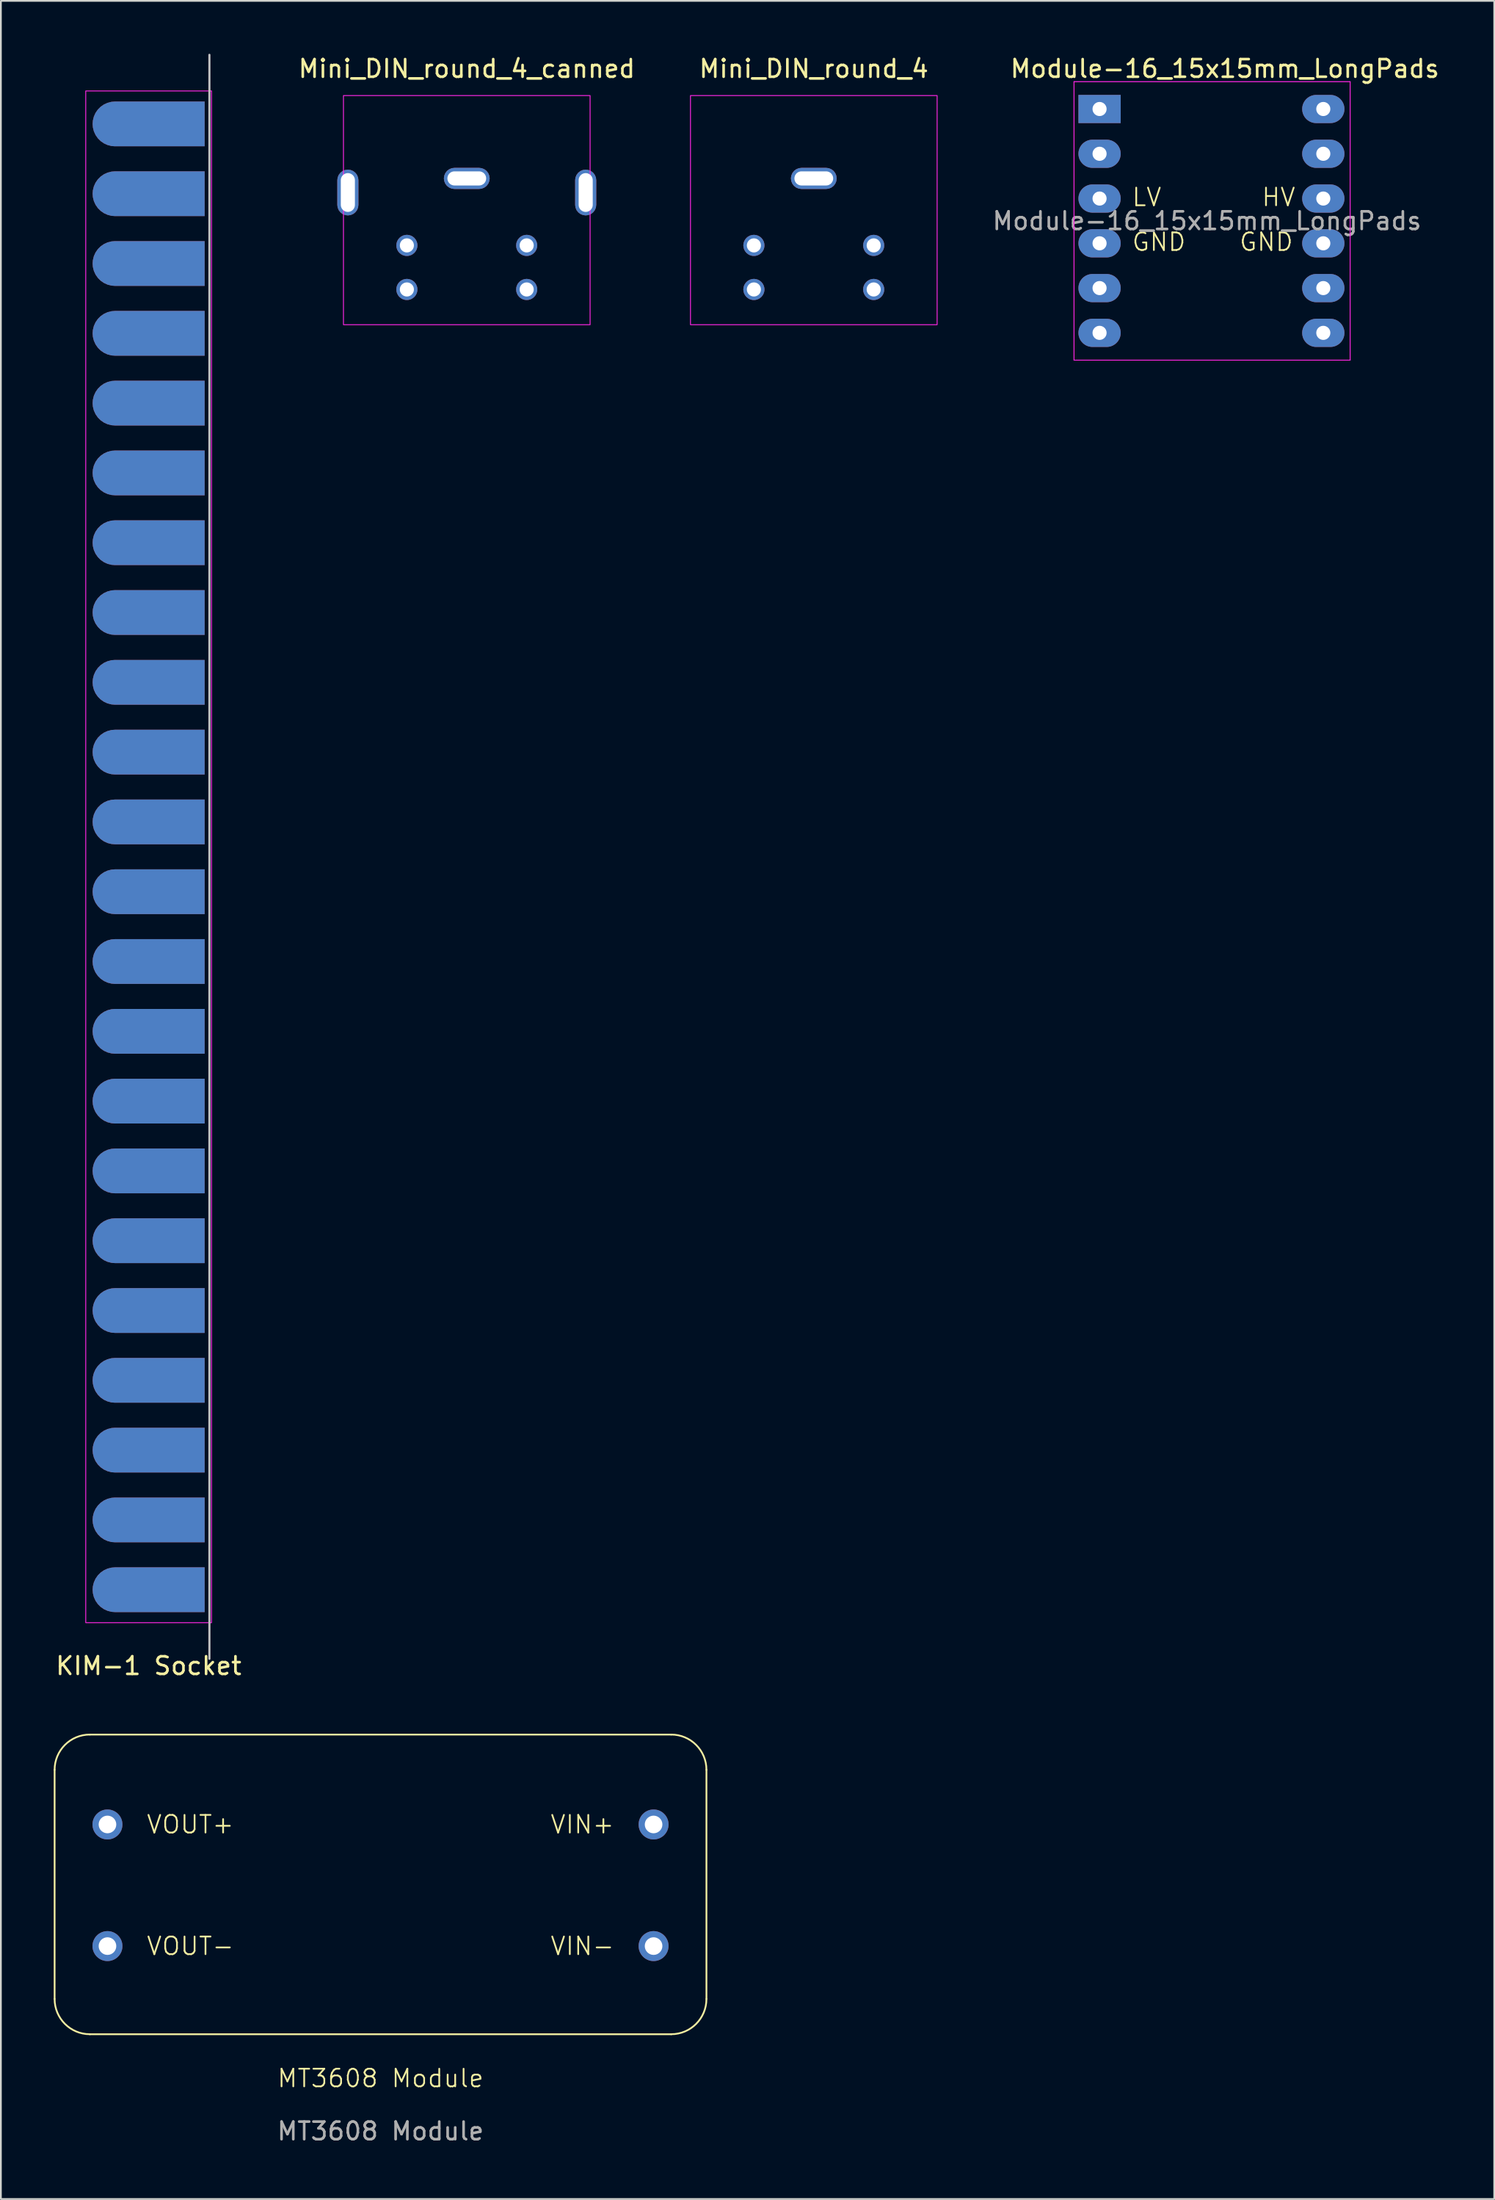
<source format=kicad_pcb>
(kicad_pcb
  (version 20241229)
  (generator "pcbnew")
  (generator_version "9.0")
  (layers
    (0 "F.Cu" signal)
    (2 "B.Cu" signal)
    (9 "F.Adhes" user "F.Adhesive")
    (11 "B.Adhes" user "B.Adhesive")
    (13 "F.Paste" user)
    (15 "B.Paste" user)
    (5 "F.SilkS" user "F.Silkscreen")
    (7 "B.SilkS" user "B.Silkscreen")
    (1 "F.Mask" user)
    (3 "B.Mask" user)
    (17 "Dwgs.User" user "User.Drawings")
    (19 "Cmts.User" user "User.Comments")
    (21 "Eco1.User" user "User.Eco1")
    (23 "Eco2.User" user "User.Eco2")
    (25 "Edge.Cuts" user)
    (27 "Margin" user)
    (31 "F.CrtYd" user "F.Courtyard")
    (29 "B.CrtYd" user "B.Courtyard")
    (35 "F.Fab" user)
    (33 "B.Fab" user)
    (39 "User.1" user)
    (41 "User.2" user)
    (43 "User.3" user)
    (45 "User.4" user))
  (footprint "Module-16_15x15mm_LongPads"
    (layer "F.Cu")
    (at 59.365 3.134)
    (property "Reference" "Module-16_15x15mm_LongPads" (at 7.112 -2.286 0) (layer "F.SilkS") (effects (font (size 1 1) (thickness 0.15))))
    (attr through_hole)
    (fp_line (start -1.45 -1.55) (end -1.45 14.25) (stroke (width 0.05) (type solid)) (layer "F.CrtYd"))
    (fp_line (start -1.45 14.25) (end 14.224 14.25) (stroke (width 0.05) (type solid)) (layer "F.CrtYd"))
    (fp_line (start 14.224 -1.55) (end -1.45 -1.55) (stroke (width 0.05) (type solid)) (layer "F.CrtYd"))
    (fp_line (start 14.224 14.25) (end 14.224 -1.55) (stroke (width 0.05) (type solid)) (layer "F.CrtYd"))
    (fp_text user "LV" (at 1.778 5.588 0) (unlocked yes) (layer "F.SilkS") (effects (font (size 1 1) (thickness 0.1)) (justify left bottom)))
    (fp_text user "GND" (at 7.874 8.128 0) (unlocked yes) (layer "F.SilkS") (effects (font (size 1 1) (thickness 0.1)) (justify left bottom)))
    (fp_text user "GND" (at 1.778 8.128 0) (unlocked yes) (layer "F.SilkS") (effects (font (size 1 1) (thickness 0.1)) (justify left bottom)))
    (fp_text user "HV" (at 9.144 5.588 0) (unlocked yes) (layer "F.SilkS") (effects (font (size 1 1) (thickness 0.1)) (justify left bottom)))
    (fp_text user "${REFERENCE}" (at 6.096 6.35 0) (layer "F.Fab") (effects (font (size 1 1) (thickness 0.15))))
    (pad "1" thru_hole rect (at 0 0) (size 2.4 1.6) (drill 0.8) (layers "*.Cu" "*.Mask"))
    (pad "2" thru_hole oval (at 0 2.54) (size 2.4 1.6) (drill 0.8) (layers "*.Cu" "*.Mask"))
    (pad "3" thru_hole oval (at 0 5.08) (size 2.4 1.6) (drill 0.8) (layers "*.Cu" "*.Mask"))
    (pad "4" thru_hole oval (at 0 7.62) (size 2.4 1.6) (drill 0.8) (layers "*.Cu" "*.Mask"))
    (pad "5" thru_hole oval (at 0 10.16) (size 2.4 1.6) (drill 0.8) (layers "*.Cu" "*.Mask"))
    (pad "6" thru_hole oval (at 0 12.7) (size 2.4 1.6) (drill 0.8) (layers "*.Cu" "*.Mask"))
    (pad "7" thru_hole oval (at 12.7 12.7) (size 2.4 1.6) (drill 0.8) (layers "*.Cu" "*.Mask"))
    (pad "8" thru_hole oval (at 12.7 10.16) (size 2.4 1.6) (drill 0.8) (layers "*.Cu" "*.Mask"))
    (pad "9" thru_hole oval (at 12.7 7.62) (size 2.4 1.6) (drill 0.8) (layers "*.Cu" "*.Mask"))
    (pad "10" thru_hole oval (at 12.7 5.08) (size 2.4 1.6) (drill 0.8) (layers "*.Cu" "*.Mask"))
    (pad "11" thru_hole oval (at 12.7 2.54) (size 2.4 1.6) (drill 0.8) (layers "*.Cu" "*.Mask"))
    (pad "12" thru_hole oval (at 12.7 0) (size 2.4 1.6) (drill 0.8) (layers "*.Cu" "*.Mask")))
  (footprint "MT3608 Module"
    (layer "F.Cu")
    (at 18.55 115.358)
    (property "Reference" "MT3608 Module" (at 0 -0.5 0) (unlocked yes) (layer "F.SilkS") (effects (font (size 1 1) (thickness 0.1))))
    (attr through_hole)
    (fp_line (start -18.5 -5) (end -18.5 -18) (stroke (width 0.1) (type default)) (layer "F.SilkS"))
    (fp_line (start -16.5 -20) (end 16.5 -20) (stroke (width 0.1) (type default)) (layer "F.SilkS"))
    (fp_line (start 16.5 -3) (end -16.5 -3) (stroke (width 0.1) (type default)) (layer "F.SilkS"))
    (fp_line (start 18.5 -18) (end 18.5 -5) (stroke (width 0.1) (type default)) (layer "F.SilkS"))
    (fp_arc (start -18.5 -18) (mid -17.914214 -19.414214) (end -16.5 -20) (stroke (width 0.1) (type solid)) (layer "F.SilkS"))
    (fp_arc (start -16.5 -3) (mid -17.914214 -3.585786) (end -18.5 -5) (stroke (width 0.1) (type solid)) (layer "F.SilkS"))
    (fp_arc (start 16.5 -20) (mid 17.914214 -19.414214) (end 18.5 -18) (stroke (width 0.1) (type solid)) (layer "F.SilkS"))
    (fp_arc (start 18.5 -5) (mid 17.914214 -3.585786) (end 16.5 -3) (stroke (width 0.1) (type solid)) (layer "F.SilkS"))
    (fp_text user "VOUT-" (at -13.335 -8 0) (unlocked yes) (layer "F.SilkS") (effects (font (size 1 1) (thickness 0.1)) (justify left)))
    (fp_text user "VIN+" (at 13.335 -14.9 0) (unlocked yes) (layer "F.SilkS") (effects (font (size 1 1) (thickness 0.1)) (justify right)))
    (fp_text user "VIN-" (at 13.335 -8 0) (unlocked yes) (layer "F.SilkS") (effects (font (size 1 1) (thickness 0.1)) (justify right)))
    (fp_text user "VOUT+" (at -13.335 -14.9 0) (unlocked yes) (layer "F.SilkS") (effects (font (size 1 1) (thickness 0.1)) (justify left)))
    (fp_text user "${REFERENCE}" (at 0 2.5 0) (unlocked yes) (layer "F.Fab") (effects (font (size 1 1) (thickness 0.15))))
    (pad "1" thru_hole circle (at -15.5 -14.9) (size 1.7 1.7) (drill 1) (layers "*.Cu" "*.Mask"))
    (pad "2" thru_hole circle (at -15.5 -8) (size 1.7 1.7) (drill 1) (layers "*.Cu" "*.Mask"))
    (pad "3" thru_hole circle (at 15.5 -8) (size 1.7 1.7) (drill 1) (layers "*.Cu" "*.Mask"))
    (pad "4" thru_hole circle (at 15.5 -14.9) (size 1.7 1.7) (drill 1) (layers "*.Cu" "*.Mask")))
  (footprint "Mini_DIN_round_4_canned"
    (layer "F.Cu")
    (at 23.446 2.372)
    (property "Reference" "Mini_DIN_round_4_canned" (at 0 -1.524 0) (unlocked yes) (layer "F.SilkS") (effects (font (size 1 1) (thickness 0.15))))
    (attr through_hole)
    (fp_rect (start -7 0) (end 7 13) (stroke (width 0.05) (type default)) (fill no) (layer "F.CrtYd"))
    (pad "1" thru_hole circle (at -3.4 8.5 90) (size 1.2 1.2) (drill 0.8) (layers "*.Cu" "*.Mask"))
    (pad "2" thru_hole circle (at 3.4 8.5 90) (size 1.2 1.2) (drill 0.8) (layers "*.Cu" "*.Mask"))
    (pad "3" thru_hole circle (at -3.4 11 90) (size 1.2 1.2) (drill 0.8) (layers "*.Cu" "*.Mask"))
    (pad "4" thru_hole circle (at 3.4 11 90) (size 1.2 1.2) (drill 0.8) (layers "*.Cu" "*.Mask"))
    (pad "SH" thru_hole roundrect (at -6.75 5.5 90) (size 2.6 1.2) (drill oval 2.2 0.8) (layers "*.Cu" "*.Mask") (roundrect_rratio 0.5))
    (pad "SH" thru_hole roundrect (at 0 4.7) (size 2.6 1.2) (drill oval 2.2 0.8) (layers "*.Cu" "*.Mask") (roundrect_rratio 0.5))
    (pad "SH" thru_hole roundrect (at 6.75 5.5 90) (size 2.6 1.2) (drill oval 2.2 0.8) (layers "*.Cu" "*.Mask") (roundrect_rratio 0.5)))
  (footprint "Mini_DIN_round_4"
    (layer "F.Cu")
    (at 43.144 2.372)
    (property "Reference" "Mini_DIN_round_4" (at 0 -1.524 0) (unlocked yes) (layer "F.SilkS") (effects (font (size 1 1) (thickness 0.15))))
    (attr through_hole)
    (fp_rect (start -7 0) (end 7 13) (stroke (width 0.05) (type default)) (fill no) (layer "F.CrtYd"))
    (pad "1" thru_hole circle (at -3.4 8.5 90) (size 1.2 1.2) (drill 0.8) (layers "*.Cu" "*.Mask"))
    (pad "2" thru_hole circle (at 3.4 8.5 90) (size 1.2 1.2) (drill 0.8) (layers "*.Cu" "*.Mask"))
    (pad "3" thru_hole circle (at -3.4 11 90) (size 1.2 1.2) (drill 0.8) (layers "*.Cu" "*.Mask"))
    (pad "4" thru_hole circle (at 3.4 11 90) (size 1.2 1.2) (drill 0.8) (layers "*.Cu" "*.Mask"))
    (pad "SH" thru_hole roundrect (at 0 4.7) (size 2.6 1.2) (drill oval 2.2 0.8) (layers "*.Cu" "*.Mask") (roundrect_rratio 0.5)))
  (footprint "KIM-1 Socket"
    (layer "F.Cu")
    (at 5.387 45.56)
    (property "Reference" "KIM-1 Socket" (at 0 45.9 0) (layer "F.SilkS") (effects (font (size 1 1) (thickness 0.15))))
    (attr smd)
    (fp_line (start 3.45 -45.5) (end 3.45 45.5) (stroke (width 0.12) (type solid)) (layer "Dwgs.User"))
    (fp_rect (start 3.57 -43.45) (end -3.57 43.45) (stroke (width 0.05) (type default)) (fill no) (layer "F.CrtYd"))
    (pad "1" connect roundrect (at 0 -41.58 270) (size 2.54 6.36) (layers "F.Cu" "F.Mask") (roundrect_rratio 0.5) (chamfer_ratio 0) (chamfer top_left top_right))
    (pad "2" connect roundrect (at 0 -37.62 270) (size 2.54 6.36) (layers "F.Cu" "F.Mask") (roundrect_rratio 0.5) (chamfer_ratio 0) (chamfer top_left top_right))
    (pad "3" connect roundrect (at 0 -33.66 270) (size 2.54 6.36) (layers "F.Cu" "F.Mask") (roundrect_rratio 0.5) (chamfer_ratio 0) (chamfer top_left top_right))
    (pad "4" connect roundrect (at 0 -29.7 270) (size 2.54 6.36) (layers "F.Cu" "F.Mask") (roundrect_rratio 0.5) (chamfer_ratio 0) (chamfer top_left top_right))
    (pad "5" connect roundrect (at 0 -25.74 270) (size 2.54 6.36) (layers "F.Cu" "F.Mask") (roundrect_rratio 0.5) (chamfer_ratio 0) (chamfer top_left top_right))
    (pad "6" connect roundrect (at 0 -21.78 270) (size 2.54 6.36) (layers "F.Cu" "F.Mask") (roundrect_rratio 0.5) (chamfer_ratio 0) (chamfer top_left top_right))
    (pad "7" connect roundrect (at 0 -17.82 270) (size 2.54 6.36) (layers "F.Cu" "F.Mask") (roundrect_rratio 0.5) (chamfer_ratio 0) (chamfer top_left top_right))
    (pad "8" connect roundrect (at 0 -13.86 270) (size 2.54 6.36) (layers "F.Cu" "F.Mask") (roundrect_rratio 0.5) (chamfer_ratio 0) (chamfer top_left top_right))
    (pad "9" connect roundrect (at 0 -9.9 270) (size 2.54 6.36) (layers "F.Cu" "F.Mask") (roundrect_rratio 0.5) (chamfer_ratio 0) (chamfer top_left top_right))
    (pad "10" connect roundrect (at 0 -5.94 270) (size 2.54 6.36) (layers "F.Cu" "F.Mask") (roundrect_rratio 0.5) (chamfer_ratio 0) (chamfer top_left top_right))
    (pad "11" connect roundrect (at 0 -1.98 270) (size 2.54 6.36) (layers "F.Cu" "F.Mask") (roundrect_rratio 0.5) (chamfer_ratio 0) (chamfer top_left top_right))
    (pad "12" connect roundrect (at 0 1.98 270) (size 2.54 6.36) (layers "F.Cu" "F.Mask") (roundrect_rratio 0.5) (chamfer_ratio 0) (chamfer top_left top_right))
    (pad "13" connect roundrect (at 0 5.94 270) (size 2.54 6.36) (layers "F.Cu" "F.Mask") (roundrect_rratio 0.5) (chamfer_ratio 0) (chamfer top_left top_right))
    (pad "14" connect roundrect (at 0 9.9 270) (size 2.54 6.36) (layers "F.Cu" "F.Mask") (roundrect_rratio 0.5) (chamfer_ratio 0) (chamfer top_left top_right))
    (pad "15" connect roundrect (at 0 13.86 270) (size 2.54 6.36) (layers "F.Cu" "F.Mask") (roundrect_rratio 0.5) (chamfer_ratio 0) (chamfer top_left top_right))
    (pad "16" connect roundrect (at 0 17.82 270) (size 2.54 6.36) (layers "F.Cu" "F.Mask") (roundrect_rratio 0.5) (chamfer_ratio 0) (chamfer top_left top_right))
    (pad "17" connect roundrect (at 0 21.78 270) (size 2.54 6.36) (layers "F.Cu" "F.Mask") (roundrect_rratio 0.5) (chamfer_ratio 0) (chamfer top_left top_right))
    (pad "18" connect roundrect (at 0 25.74 270) (size 2.54 6.36) (layers "F.Cu" "F.Mask") (roundrect_rratio 0.5) (chamfer_ratio 0) (chamfer top_left top_right))
    (pad "19" connect roundrect (at 0 29.7 270) (size 2.54 6.36) (layers "F.Cu" "F.Mask") (roundrect_rratio 0.5) (chamfer_ratio 0) (chamfer top_left top_right))
    (pad "20" connect roundrect (at 0 33.66 270) (size 2.54 6.36) (layers "F.Cu" "F.Mask") (roundrect_rratio 0.5) (chamfer_ratio 0) (chamfer top_left top_right))
    (pad "21" connect roundrect (at 0 37.62 270) (size 2.54 6.36) (layers "F.Cu" "F.Mask") (roundrect_rratio 0.5) (chamfer_ratio 0) (chamfer top_left top_right))
    (pad "22" connect roundrect (at 0 41.58 270) (size 2.54 6.36) (layers "F.Cu" "F.Mask") (roundrect_rratio 0.5) (chamfer_ratio 0) (chamfer top_left top_right))
    (pad "A" connect roundrect (at 0 -41.58 270) (size 2.54 6.36) (layers "B.Cu" "B.Mask") (roundrect_rratio 0.5) (chamfer_ratio 0) (chamfer top_left top_right))
    (pad "B" connect roundrect (at 0 -37.62 270) (size 2.54 6.36) (layers "B.Cu" "B.Mask") (roundrect_rratio 0.5) (chamfer_ratio 0) (chamfer top_left top_right))
    (pad "C" connect roundrect (at 0 -33.66 270) (size 2.54 6.36) (layers "B.Cu" "B.Mask") (roundrect_rratio 0.5) (chamfer_ratio 0) (chamfer top_left top_right))
    (pad "D" connect roundrect (at 0 -29.7 270) (size 2.54 6.36) (layers "B.Cu" "B.Mask") (roundrect_rratio 0.5) (chamfer_ratio 0) (chamfer top_left top_right))
    (pad "E" connect roundrect (at 0 -25.74 270) (size 2.54 6.36) (layers "B.Cu" "B.Mask") (roundrect_rratio 0.5) (chamfer_ratio 0) (chamfer top_left top_right))
    (pad "F" connect roundrect (at 0 -21.78 270) (size 2.54 6.36) (layers "B.Cu" "B.Mask") (roundrect_rratio 0.5) (chamfer_ratio 0) (chamfer top_left top_right))
    (pad "H" connect roundrect (at 0 -17.82 270) (size 2.54 6.36) (layers "B.Cu" "B.Mask") (roundrect_rratio 0.5) (chamfer_ratio 0) (chamfer top_left top_right))
    (pad "J" connect roundrect (at 0 -13.86 270) (size 2.54 6.36) (layers "B.Cu" "B.Mask") (roundrect_rratio 0.5) (chamfer_ratio 0) (chamfer top_left top_right))
    (pad "K" connect roundrect (at 0 -9.9 270) (size 2.54 6.36) (layers "B.Cu" "B.Mask") (roundrect_rratio 0.5) (chamfer_ratio 0) (chamfer top_left top_right))
    (pad "L" connect roundrect (at 0 -5.94 270) (size 2.54 6.36) (layers "B.Cu" "B.Mask") (roundrect_rratio 0.5) (chamfer_ratio 0) (chamfer top_left top_right))
    (pad "M" connect roundrect (at 0 -1.98 270) (size 2.54 6.36) (layers "B.Cu" "B.Mask") (roundrect_rratio 0.5) (chamfer_ratio 0) (chamfer top_left top_right))
    (pad "N" connect roundrect (at 0 1.98 270) (size 2.54 6.36) (layers "B.Cu" "B.Mask") (roundrect_rratio 0.5) (chamfer_ratio 0) (chamfer top_left top_right))
    (pad "P" connect roundrect (at 0 5.94 270) (size 2.54 6.36) (layers "B.Cu" "B.Mask") (roundrect_rratio 0.5) (chamfer_ratio 0) (chamfer top_left top_right))
    (pad "R" connect roundrect (at 0 9.9 270) (size 2.54 6.36) (layers "B.Cu" "B.Mask") (roundrect_rratio 0.5) (chamfer_ratio 0) (chamfer top_left top_right))
    (pad "S" connect roundrect (at 0 13.86 270) (size 2.54 6.36) (layers "B.Cu" "B.Mask") (roundrect_rratio 0.5) (chamfer_ratio 0) (chamfer top_left top_right))
    (pad "T" connect roundrect (at 0 17.82 270) (size 2.54 6.36) (layers "B.Cu" "B.Mask") (roundrect_rratio 0.5) (chamfer_ratio 0) (chamfer top_left top_right))
    (pad "U" connect roundrect (at 0 21.78 270) (size 2.54 6.36) (layers "B.Cu" "B.Mask") (roundrect_rratio 0.5) (chamfer_ratio 0) (chamfer top_left top_right))
    (pad "V" connect roundrect (at 0 25.74 270) (size 2.54 6.36) (layers "B.Cu" "B.Mask") (roundrect_rratio 0.5) (chamfer_ratio 0) (chamfer top_left top_right))
    (pad "W" connect roundrect (at 0 29.7 270) (size 2.54 6.36) (layers "B.Cu" "B.Mask") (roundrect_rratio 0.5) (chamfer_ratio 0) (chamfer top_left top_right))
    (pad "X" connect roundrect (at 0 33.66 270) (size 2.54 6.36) (layers "B.Cu" "B.Mask") (roundrect_rratio 0.5) (chamfer_ratio 0) (chamfer top_left top_right))
    (pad "Y" connect roundrect (at 0 37.62 270) (size 2.54 6.36) (layers "B.Cu" "B.Mask") (roundrect_rratio 0.5) (chamfer_ratio 0) (chamfer top_left top_right))
    (pad "Z" connect roundrect (at 0 41.58 270) (size 2.54 6.36) (layers "B.Cu" "B.Mask") (roundrect_rratio 0.5) (chamfer_ratio 0) (chamfer top_left top_right)))
  (gr_rect
    (start -3 -3)
    (end 81.768 121.707)
    (stroke (width 0.1) (type default))
    (fill no)
    (layer "Edge.Cuts")))
</source>
